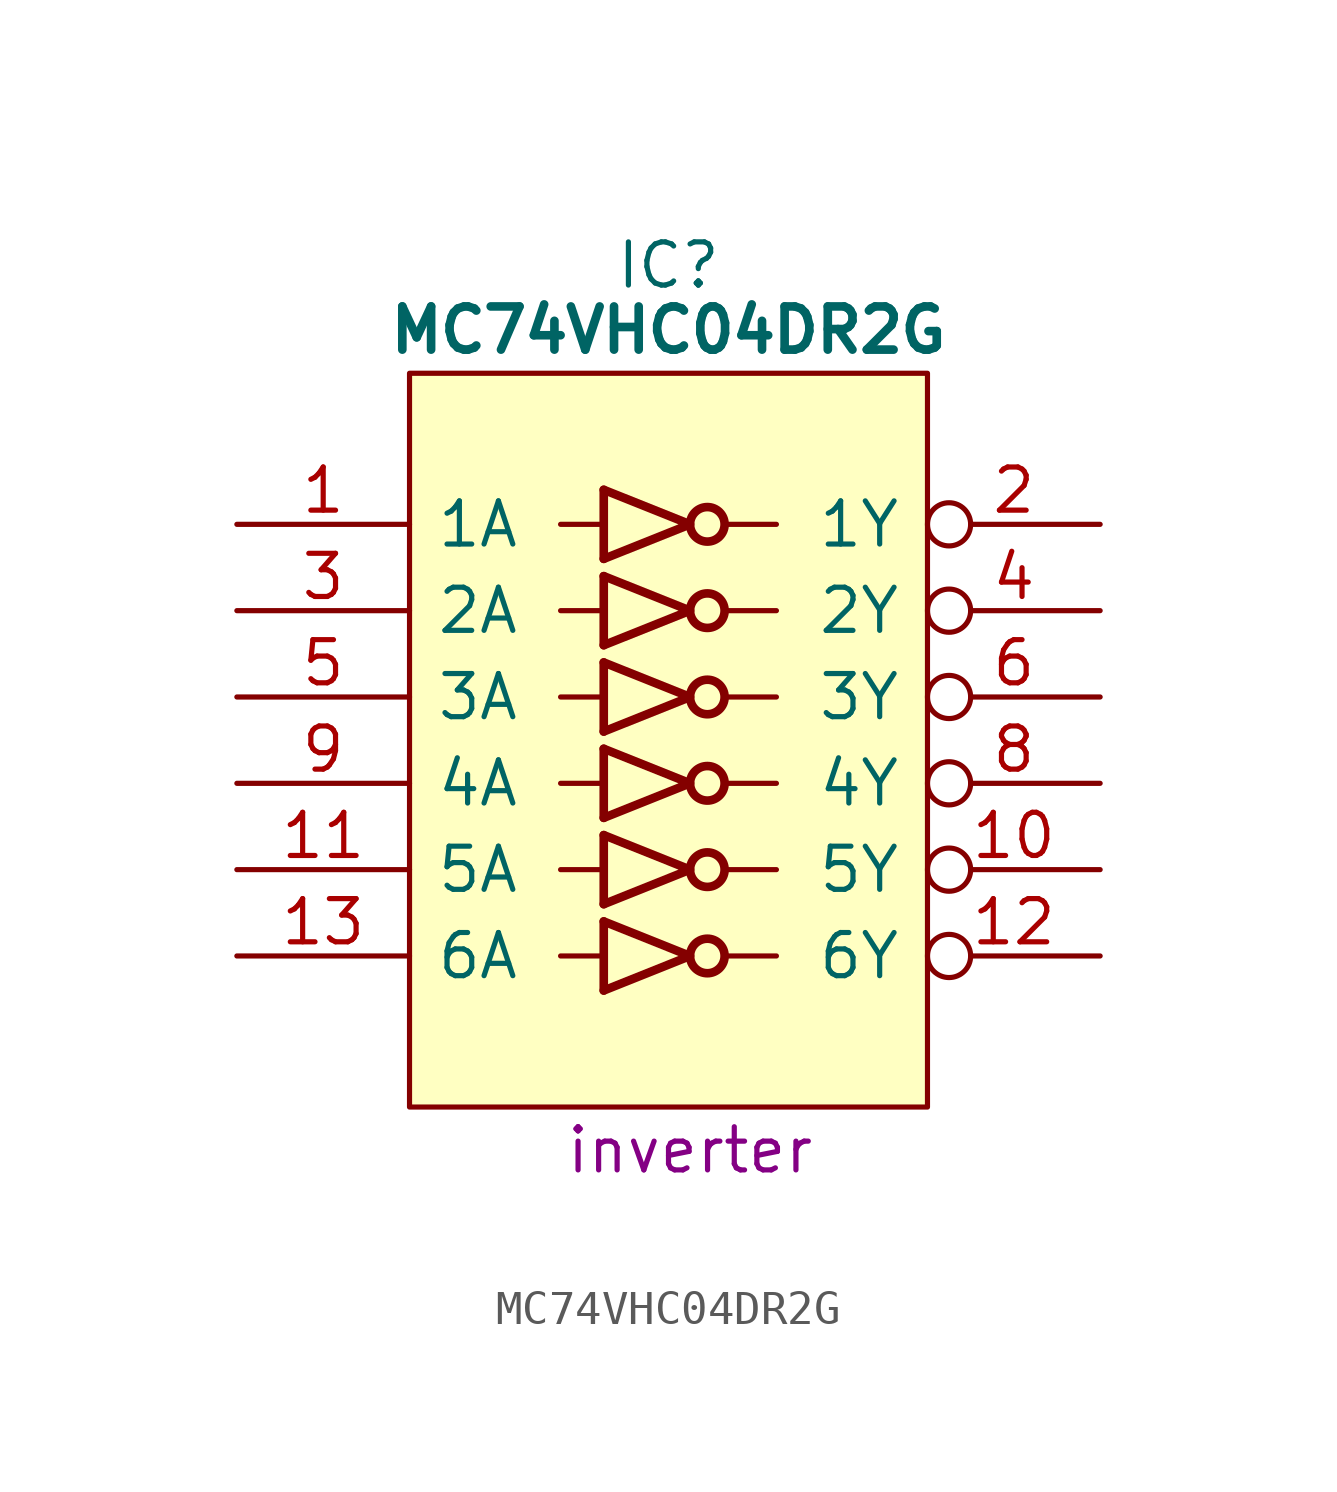
<source format=kicad_sym>
(kicad_symbol_lib
  (version 20211014)
  (generator kicad_symbol_editor)
  (symbol "MC74VHC04DR2G"
    (pin_names
      (offset 0.762))
    (property "Reference" "IC"
      (at 12.7 7.62 0)
      (effects (font (size 1.27 1.27))))
    (property "Value" "MC74VHC04DR2G"
      (at 12.7 5.715 0)
      (effects (font (size 1.27 1.27) bold)))
    (property "Description" "inverter"
      (at 13.335 -18.415 0)
      (effects (font (size 1.27 1.27))))
    (symbol "MC74VHC04DR2G_0_0"
      (pin input line (at 0 0 0) (length 5.08) (name "1A" (effects (font (size 1.27 1.27)))) (number "1" (effects (font (size 1.27 1.27)))))
      (pin output inverted (at 25.4 -10.16 180) (length 5.08) (name "5Y" (effects (font (size 1.27 1.27)))) (number "10" (effects (font (size 1.27 1.27)))))
      (pin input line (at 0 -10.16 0) (length 5.08) (name "5A" (effects (font (size 1.27 1.27)))) (number "11" (effects (font (size 1.27 1.27)))))
      (pin output inverted (at 25.4 -12.7 180) (length 5.08) (name "6Y" (effects (font (size 1.27 1.27)))) (number "12" (effects (font (size 1.27 1.27)))))
      (pin input line (at 0 -12.7 0) (length 5.08) (name "6A" (effects (font (size 1.27 1.27)))) (number "13" (effects (font (size 1.27 1.27)))))
      (pin power_in line (at 25.4 2.54 180) (length 5.08) hide (name "5V" (effects (font (size 1.27 1.27)))) (number "14" (effects (font (size 1.27 1.27)))))
      (pin output inverted (at 25.4 0 180) (length 5.08) (name "1Y" (effects (font (size 1.27 1.27)))) (number "2" (effects (font (size 1.27 1.27)))))
      (pin input line (at 0 -2.54 0) (length 5.08) (name "2A" (effects (font (size 1.27 1.27)))) (number "3" (effects (font (size 1.27 1.27)))))
      (pin output inverted (at 25.4 -2.54 180) (length 5.08) (name "2Y" (effects (font (size 1.27 1.27)))) (number "4" (effects (font (size 1.27 1.27)))))
      (pin input line (at 0 -5.08 0) (length 5.08) (name "3A" (effects (font (size 1.27 1.27)))) (number "5" (effects (font (size 1.27 1.27)))))
      (pin output inverted (at 25.4 -5.08 180) (length 5.08) (name "3Y" (effects (font (size 1.27 1.27)))) (number "6" (effects (font (size 1.27 1.27)))))
      (pin power_in line (at 0 -15.24 0) (length 5.08) hide (name "GND" (effects (font (size 1.27 1.27)))) (number "7" (effects (font (size 1.27 1.27)))))
      (pin output inverted (at 25.4 -7.62 180) (length 5.08) (name "4Y" (effects (font (size 1.27 1.27)))) (number "8" (effects (font (size 1.27 1.27)))))
      (pin input line (at 0 -7.62 0) (length 5.08) (name "4A" (effects (font (size 1.27 1.27)))) (number "9" (effects (font (size 1.27 1.27))))))
    (symbol "MC74VHC04DR2G_0_1"
      (polyline (pts (xy 9.525 -12.7) (xy 10.795 -12.7)) (stroke (width 0) (type default) (color 0 0 0 0)) (fill (type none)))
      (polyline (pts (xy 9.525 -10.16) (xy 10.795 -10.16)) (stroke (width 0) (type default) (color 0 0 0 0)) (fill (type none)))
      (polyline (pts (xy 9.525 -7.62) (xy 10.795 -7.62)) (stroke (width 0) (type default) (color 0 0 0 0)) (fill (type none)))
      (polyline (pts (xy 9.525 -5.08) (xy 10.795 -5.08)) (stroke (width 0) (type default) (color 0 0 0 0)) (fill (type none)))
      (polyline (pts (xy 9.525 -2.54) (xy 10.795 -2.54)) (stroke (width 0) (type default) (color 0 0 0 0)) (fill (type none)))
      (polyline (pts (xy 9.525 0) (xy 10.795 0)) (stroke (width 0) (type default) (color 0 0 0 0)) (fill (type none)))
      (polyline (pts (xy 14.351 -12.7) (xy 15.875 -12.7)) (stroke (width 0) (type default) (color 0 0 0 0)) (fill (type none)))
      (polyline (pts (xy 14.351 -10.16) (xy 15.875 -10.16)) (stroke (width 0) (type default) (color 0 0 0 0)) (fill (type none)))
      (polyline (pts (xy 14.351 -7.62) (xy 15.875 -7.62)) (stroke (width 0) (type default) (color 0 0 0 0)) (fill (type none)))
      (polyline (pts (xy 14.351 -5.08) (xy 15.875 -5.08)) (stroke (width 0) (type default) (color 0 0 0 0)) (fill (type none)))
      (polyline (pts (xy 14.351 -2.54) (xy 15.875 -2.54)) (stroke (width 0) (type default) (color 0 0 0 0)) (fill (type none)))
      (polyline (pts (xy 14.351 0) (xy 15.875 0)) (stroke (width 0) (type default) (color 0 0 0 0)) (fill (type none)))
      (polyline (pts (xy 10.795 -13.716) (xy 13.335 -12.7) (xy 10.795 -11.684)) (stroke (width 0.254) (type default) (color 0 0 0 0)) (fill (type none)))
      (polyline (pts (xy 10.795 -11.176) (xy 13.335 -10.16) (xy 10.795 -9.144)) (stroke (width 0.254) (type default) (color 0 0 0 0)) (fill (type none)))
      (polyline (pts (xy 10.795 -8.636) (xy 13.335 -7.62) (xy 10.795 -6.604)) (stroke (width 0.254) (type default) (color 0 0 0 0)) (fill (type none)))
      (polyline (pts (xy 10.795 -6.096) (xy 13.335 -5.08) (xy 10.795 -4.064)) (stroke (width 0.254) (type default) (color 0 0 0 0)) (fill (type none)))
      (polyline (pts (xy 10.795 -3.556) (xy 13.335 -2.54) (xy 10.795 -1.524)) (stroke (width 0.254) (type default) (color 0 0 0 0)) (fill (type none)))
      (polyline (pts (xy 10.795 -1.016) (xy 13.335 0) (xy 10.795 1.016)) (stroke (width 0.254) (type default) (color 0 0 0 0)) (fill (type none)))
      (polyline (pts (xy 5.08 4.445) (xy 20.32 4.445) (xy 20.32 -17.145) (xy 5.08 -17.145) (xy 5.08 4.445)) (stroke (width 0.152) (type default) (color 0 0 0 0)) (fill (type background)))
      (rectangle (start 10.795 -11.684) (end 10.795 -13.716) (stroke (width 0.254) (type default) (color 0 0 0 0)) (fill (type background)))
      (rectangle (start 10.795 -9.144) (end 10.795 -11.176) (stroke (width 0.254) (type default) (color 0 0 0 0)) (fill (type background)))
      (rectangle (start 10.795 -6.604) (end 10.795 -8.636) (stroke (width 0.254) (type default) (color 0 0 0 0)) (fill (type background)))
      (rectangle (start 10.795 -4.064) (end 10.795 -6.096) (stroke (width 0.254) (type default) (color 0 0 0 0)) (fill (type background)))
      (rectangle (start 10.795 -1.524) (end 10.795 -3.556) (stroke (width 0.254) (type default) (color 0 0 0 0)) (fill (type background)))
      (rectangle (start 10.795 1.016) (end 10.795 -1.016) (stroke (width 0.254) (type default) (color 0 0 0 0)) (fill (type background)))
      (circle (center 13.843 -12.7) (radius 0.508) (stroke (width 0.254) (type default) (color 0 0 0 0)) (fill (type none)))
      (circle (center 13.843 -10.16) (radius 0.508) (stroke (width 0.254) (type default) (color 0 0 0 0)) (fill (type none)))
      (circle (center 13.843 -7.62) (radius 0.508) (stroke (width 0.254) (type default) (color 0 0 0 0)) (fill (type none)))
      (circle (center 13.843 -5.08) (radius 0.508) (stroke (width 0.254) (type default) (color 0 0 0 0)) (fill (type none)))
      (circle (center 13.843 -2.54) (radius 0.508) (stroke (width 0.254) (type default) (color 0 0 0 0)) (fill (type none)))
      (circle (center 13.843 0) (radius 0.508) (stroke (width 0.254) (type default) (color 0 0 0 0)) (fill (type none))))))
</source>
